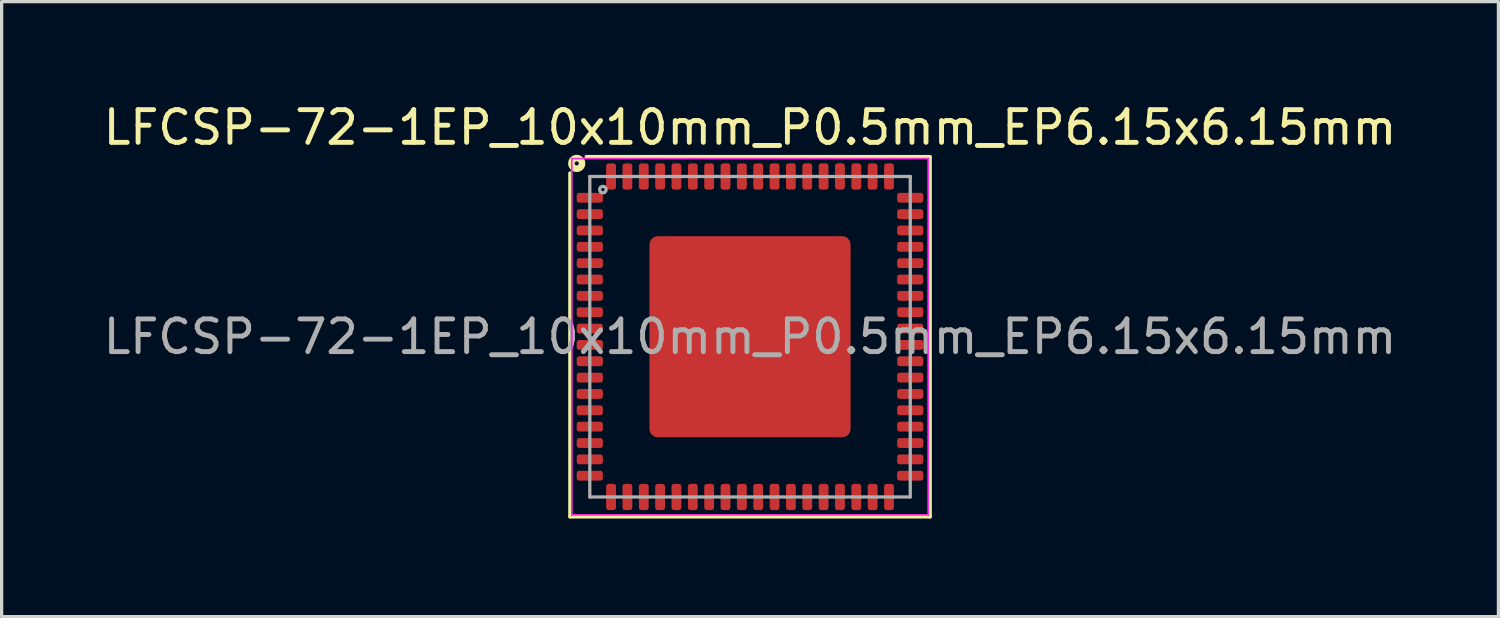
<source format=kicad_pcb>
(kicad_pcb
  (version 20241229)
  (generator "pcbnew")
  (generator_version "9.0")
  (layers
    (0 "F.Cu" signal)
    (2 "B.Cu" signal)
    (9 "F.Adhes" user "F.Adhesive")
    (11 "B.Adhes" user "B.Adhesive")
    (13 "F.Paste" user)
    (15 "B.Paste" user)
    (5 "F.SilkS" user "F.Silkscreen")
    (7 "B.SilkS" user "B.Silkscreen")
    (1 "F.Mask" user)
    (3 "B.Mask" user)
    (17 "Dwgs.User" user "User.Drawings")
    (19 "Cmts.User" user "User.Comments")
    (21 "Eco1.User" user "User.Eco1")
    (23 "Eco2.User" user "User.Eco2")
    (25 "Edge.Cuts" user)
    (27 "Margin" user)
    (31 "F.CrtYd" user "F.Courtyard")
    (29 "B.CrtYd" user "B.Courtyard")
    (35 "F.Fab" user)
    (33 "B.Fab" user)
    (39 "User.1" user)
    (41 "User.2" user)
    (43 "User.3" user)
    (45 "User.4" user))
  (footprint "LFCSP-72-1EP_10x10mm_P0.5mm_EP6.15x6.15mm"
    (layer "F.Cu")
    (at 19.887 7.248)
    (property "Reference" "LFCSP-72-1EP_10x10mm_P0.5mm_EP6.15x6.15mm" (at 0 -6.4 0) (layer "F.SilkS") (effects (font (size 1 1) (thickness 0.15))))
    (attr smd)
    (fp_line (start -5.5 5.5) (end -5.5 -5) (stroke (width 0.12) (type solid)) (layer "F.SilkS"))
    (fp_line (start 5.5 -5.5) (end -5 -5.5) (stroke (width 0.12) (type solid)) (layer "F.SilkS"))
    (fp_line (start 5.5 -5.5) (end 5.5 5.5) (stroke (width 0.12) (type solid)) (layer "F.SilkS"))
    (fp_line (start 5.5 5.5) (end -5.5 5.5) (stroke (width 0.12) (type solid)) (layer "F.SilkS"))
    (fp_circle (center -5.3 -5.3) (end -5.237 -5.3) (stroke (width 0.2) (type solid)) (fill no) (layer "F.SilkS"))
    (fp_line (start -5.45 -5.45) (end 5.45 -5.45) (stroke (width 0.05) (type solid)) (layer "F.CrtYd"))
    (fp_line (start -5.45 5.45) (end -5.45 -5.45) (stroke (width 0.05) (type solid)) (layer "F.CrtYd"))
    (fp_line (start 5.45 -5.45) (end 5.45 5.45) (stroke (width 0.05) (type solid)) (layer "F.CrtYd"))
    (fp_line (start 5.45 5.45) (end -5.45 5.45) (stroke (width 0.05) (type solid)) (layer "F.CrtYd"))
    (fp_line (start -4.9 -4.9) (end 4.9 -4.9) (stroke (width 0.1) (type solid)) (layer "F.Fab"))
    (fp_line (start -4.9 4.9) (end -4.9 -4.9) (stroke (width 0.1) (type solid)) (layer "F.Fab"))
    (fp_line (start 4.9 -4.9) (end 4.9 4.9) (stroke (width 0.1) (type solid)) (layer "F.Fab"))
    (fp_line (start 4.9 4.9) (end -4.9 4.9) (stroke (width 0.1) (type solid)) (layer "F.Fab"))
    (fp_circle (center -4.5 -4.5) (end -4.4 -4.5) (stroke (width 0.1) (type solid)) (fill no) (layer "F.Fab"))
    (fp_text user "${REFERENCE}" (at 0 0 0) (layer "F.Fab") (effects (font (size 1 1) (thickness 0.15))))
    (pad "" smd roundrect (at -1.4 -1.4) (size 2.5 2.5) (layers "F.Paste") (roundrect_rratio 0.1))
    (pad "" smd roundrect (at -1.4 1.4) (size 2.5 2.5) (layers "F.Paste") (roundrect_rratio 0.1))
    (pad "" smd roundrect (at 1.4 -1.4) (size 2.5 2.5) (layers "F.Paste") (roundrect_rratio 0.1))
    (pad "" smd roundrect (at 1.4 1.4) (size 2.5 2.5) (layers "F.Paste") (roundrect_rratio 0.1))
    (pad "1" smd roundrect (at -4.9 -4.25 90) (size 0.3 0.8) (layers "F.Cu" "F.Mask" "F.Paste") (roundrect_rratio 0.25))
    (pad "2" smd roundrect (at -4.9 -3.75 90) (size 0.3 0.8) (layers "F.Cu" "F.Mask" "F.Paste") (roundrect_rratio 0.25))
    (pad "3" smd roundrect (at -4.9 -3.25 90) (size 0.3 0.8) (layers "F.Cu" "F.Mask" "F.Paste") (roundrect_rratio 0.25))
    (pad "4" smd roundrect (at -4.9 -2.75 90) (size 0.3 0.8) (layers "F.Cu" "F.Mask" "F.Paste") (roundrect_rratio 0.25))
    (pad "5" smd roundrect (at -4.9 -2.25 90) (size 0.3 0.8) (layers "F.Cu" "F.Mask" "F.Paste") (roundrect_rratio 0.25))
    (pad "6" smd roundrect (at -4.9 -1.75 90) (size 0.3 0.8) (layers "F.Cu" "F.Mask" "F.Paste") (roundrect_rratio 0.25))
    (pad "7" smd roundrect (at -4.9 -1.25 90) (size 0.3 0.8) (layers "F.Cu" "F.Mask" "F.Paste") (roundrect_rratio 0.25))
    (pad "8" smd roundrect (at -4.9 -0.75 90) (size 0.3 0.8) (layers "F.Cu" "F.Mask" "F.Paste") (roundrect_rratio 0.25))
    (pad "9" smd roundrect (at -4.9 -0.25 90) (size 0.3 0.8) (layers "F.Cu" "F.Mask" "F.Paste") (roundrect_rratio 0.25))
    (pad "10" smd roundrect (at -4.9 0.25 90) (size 0.3 0.8) (layers "F.Cu" "F.Mask" "F.Paste") (roundrect_rratio 0.25))
    (pad "11" smd roundrect (at -4.9 0.75 90) (size 0.3 0.8) (layers "F.Cu" "F.Mask" "F.Paste") (roundrect_rratio 0.25))
    (pad "12" smd roundrect (at -4.9 1.25 90) (size 0.3 0.8) (layers "F.Cu" "F.Mask" "F.Paste") (roundrect_rratio 0.25))
    (pad "13" smd roundrect (at -4.9 1.75 90) (size 0.3 0.8) (layers "F.Cu" "F.Mask" "F.Paste") (roundrect_rratio 0.25))
    (pad "14" smd roundrect (at -4.9 2.25 90) (size 0.3 0.8) (layers "F.Cu" "F.Mask" "F.Paste") (roundrect_rratio 0.25))
    (pad "15" smd roundrect (at -4.9 2.75 90) (size 0.3 0.8) (layers "F.Cu" "F.Mask" "F.Paste") (roundrect_rratio 0.25))
    (pad "16" smd roundrect (at -4.9 3.25 90) (size 0.3 0.8) (layers "F.Cu" "F.Mask" "F.Paste") (roundrect_rratio 0.25))
    (pad "17" smd roundrect (at -4.9 3.75 90) (size 0.3 0.8) (layers "F.Cu" "F.Mask" "F.Paste") (roundrect_rratio 0.25))
    (pad "18" smd roundrect (at -4.9 4.25 90) (size 0.3 0.8) (layers "F.Cu" "F.Mask" "F.Paste") (roundrect_rratio 0.25))
    (pad "19" smd roundrect (at -4.25 4.9) (size 0.3 0.8) (layers "F.Cu" "F.Mask" "F.Paste") (roundrect_rratio 0.25))
    (pad "20" smd roundrect (at -3.75 4.9) (size 0.3 0.8) (layers "F.Cu" "F.Mask" "F.Paste") (roundrect_rratio 0.25))
    (pad "21" smd roundrect (at -3.25 4.9) (size 0.3 0.8) (layers "F.Cu" "F.Mask" "F.Paste") (roundrect_rratio 0.25))
    (pad "22" smd roundrect (at -2.75 4.9) (size 0.3 0.8) (layers "F.Cu" "F.Mask" "F.Paste") (roundrect_rratio 0.25))
    (pad "23" smd roundrect (at -2.25 4.9) (size 0.3 0.8) (layers "F.Cu" "F.Mask" "F.Paste") (roundrect_rratio 0.25))
    (pad "24" smd roundrect (at -1.75 4.9) (size 0.3 0.8) (layers "F.Cu" "F.Mask" "F.Paste") (roundrect_rratio 0.25))
    (pad "25" smd roundrect (at -1.25 4.9) (size 0.3 0.8) (layers "F.Cu" "F.Mask" "F.Paste") (roundrect_rratio 0.25))
    (pad "26" smd roundrect (at -0.75 4.9) (size 0.3 0.8) (layers "F.Cu" "F.Mask" "F.Paste") (roundrect_rratio 0.25))
    (pad "27" smd roundrect (at -0.25 4.9) (size 0.3 0.8) (layers "F.Cu" "F.Mask" "F.Paste") (roundrect_rratio 0.25))
    (pad "28" smd roundrect (at 0.25 4.9) (size 0.3 0.8) (layers "F.Cu" "F.Mask" "F.Paste") (roundrect_rratio 0.25))
    (pad "29" smd roundrect (at 0.75 4.9) (size 0.3 0.8) (layers "F.Cu" "F.Mask" "F.Paste") (roundrect_rratio 0.25))
    (pad "30" smd roundrect (at 1.25 4.9) (size 0.3 0.8) (layers "F.Cu" "F.Mask" "F.Paste") (roundrect_rratio 0.25))
    (pad "31" smd roundrect (at 1.75 4.9) (size 0.3 0.8) (layers "F.Cu" "F.Mask" "F.Paste") (roundrect_rratio 0.25))
    (pad "32" smd roundrect (at 2.25 4.9) (size 0.3 0.8) (layers "F.Cu" "F.Mask" "F.Paste") (roundrect_rratio 0.25))
    (pad "33" smd roundrect (at 2.75 4.9) (size 0.3 0.8) (layers "F.Cu" "F.Mask" "F.Paste") (roundrect_rratio 0.25))
    (pad "34" smd roundrect (at 3.25 4.9) (size 0.3 0.8) (layers "F.Cu" "F.Mask" "F.Paste") (roundrect_rratio 0.25))
    (pad "35" smd roundrect (at 3.75 4.9) (size 0.3 0.8) (layers "F.Cu" "F.Mask" "F.Paste") (roundrect_rratio 0.25))
    (pad "36" smd roundrect (at 4.25 4.9) (size 0.3 0.8) (layers "F.Cu" "F.Mask" "F.Paste") (roundrect_rratio 0.25))
    (pad "37" smd roundrect (at 4.9 4.25 90) (size 0.3 0.8) (layers "F.Cu" "F.Mask" "F.Paste") (roundrect_rratio 0.25))
    (pad "38" smd roundrect (at 4.9 3.75 90) (size 0.3 0.8) (layers "F.Cu" "F.Mask" "F.Paste") (roundrect_rratio 0.25))
    (pad "39" smd roundrect (at 4.9 3.25 90) (size 0.3 0.8) (layers "F.Cu" "F.Mask" "F.Paste") (roundrect_rratio 0.25))
    (pad "40" smd roundrect (at 4.9 2.75 90) (size 0.3 0.8) (layers "F.Cu" "F.Mask" "F.Paste") (roundrect_rratio 0.25))
    (pad "41" smd roundrect (at 4.9 2.25 90) (size 0.3 0.8) (layers "F.Cu" "F.Mask" "F.Paste") (roundrect_rratio 0.25))
    (pad "42" smd roundrect (at 4.9 1.75 90) (size 0.3 0.8) (layers "F.Cu" "F.Mask" "F.Paste") (roundrect_rratio 0.25))
    (pad "43" smd roundrect (at 4.9 1.25 90) (size 0.3 0.8) (layers "F.Cu" "F.Mask" "F.Paste") (roundrect_rratio 0.25))
    (pad "44" smd roundrect (at 4.9 0.75 90) (size 0.3 0.8) (layers "F.Cu" "F.Mask" "F.Paste") (roundrect_rratio 0.25))
    (pad "45" smd roundrect (at 4.9 0.25 90) (size 0.3 0.8) (layers "F.Cu" "F.Mask" "F.Paste") (roundrect_rratio 0.25))
    (pad "46" smd roundrect (at 4.9 -0.25 90) (size 0.3 0.8) (layers "F.Cu" "F.Mask" "F.Paste") (roundrect_rratio 0.25))
    (pad "47" smd roundrect (at 4.9 -0.75 90) (size 0.3 0.8) (layers "F.Cu" "F.Mask" "F.Paste") (roundrect_rratio 0.25))
    (pad "48" smd roundrect (at 4.9 -1.25 90) (size 0.3 0.8) (layers "F.Cu" "F.Mask" "F.Paste") (roundrect_rratio 0.25))
    (pad "49" smd roundrect (at 4.9 -1.75 90) (size 0.3 0.8) (layers "F.Cu" "F.Mask" "F.Paste") (roundrect_rratio 0.25))
    (pad "50" smd roundrect (at 4.9 -2.25 90) (size 0.3 0.8) (layers "F.Cu" "F.Mask" "F.Paste") (roundrect_rratio 0.25))
    (pad "51" smd roundrect (at 4.9 -2.75 90) (size 0.3 0.8) (layers "F.Cu" "F.Mask" "F.Paste") (roundrect_rratio 0.25))
    (pad "52" smd roundrect (at 4.9 -3.25 90) (size 0.3 0.8) (layers "F.Cu" "F.Mask" "F.Paste") (roundrect_rratio 0.25))
    (pad "53" smd roundrect (at 4.9 -3.75 90) (size 0.3 0.8) (layers "F.Cu" "F.Mask" "F.Paste") (roundrect_rratio 0.25))
    (pad "54" smd roundrect (at 4.9 -4.25 90) (size 0.3 0.8) (layers "F.Cu" "F.Mask" "F.Paste") (roundrect_rratio 0.25))
    (pad "55" smd roundrect (at 4.25 -4.9) (size 0.3 0.8) (layers "F.Cu" "F.Mask" "F.Paste") (roundrect_rratio 0.25))
    (pad "56" smd roundrect (at 3.75 -4.9) (size 0.3 0.8) (layers "F.Cu" "F.Mask" "F.Paste") (roundrect_rratio 0.25))
    (pad "57" smd roundrect (at 3.25 -4.9) (size 0.3 0.8) (layers "F.Cu" "F.Mask" "F.Paste") (roundrect_rratio 0.25))
    (pad "58" smd roundrect (at 2.75 -4.9) (size 0.3 0.8) (layers "F.Cu" "F.Mask" "F.Paste") (roundrect_rratio 0.25))
    (pad "59" smd roundrect (at 2.25 -4.9) (size 0.3 0.8) (layers "F.Cu" "F.Mask" "F.Paste") (roundrect_rratio 0.25))
    (pad "60" smd roundrect (at 1.75 -4.9) (size 0.3 0.8) (layers "F.Cu" "F.Mask" "F.Paste") (roundrect_rratio 0.25))
    (pad "61" smd roundrect (at 1.25 -4.9) (size 0.3 0.8) (layers "F.Cu" "F.Mask" "F.Paste") (roundrect_rratio 0.25))
    (pad "62" smd roundrect (at 0.75 -4.9) (size 0.3 0.8) (layers "F.Cu" "F.Mask" "F.Paste") (roundrect_rratio 0.25))
    (pad "63" smd roundrect (at 0.25 -4.9) (size 0.3 0.8) (layers "F.Cu" "F.Mask" "F.Paste") (roundrect_rratio 0.25))
    (pad "64" smd roundrect (at -0.25 -4.9) (size 0.3 0.8) (layers "F.Cu" "F.Mask" "F.Paste") (roundrect_rratio 0.25))
    (pad "65" smd roundrect (at -0.75 -4.9) (size 0.3 0.8) (layers "F.Cu" "F.Mask" "F.Paste") (roundrect_rratio 0.25))
    (pad "66" smd roundrect (at -1.25 -4.9) (size 0.3 0.8) (layers "F.Cu" "F.Mask" "F.Paste") (roundrect_rratio 0.25))
    (pad "67" smd roundrect (at -1.75 -4.9) (size 0.3 0.8) (layers "F.Cu" "F.Mask" "F.Paste") (roundrect_rratio 0.25))
    (pad "68" smd roundrect (at -2.25 -4.9) (size 0.3 0.8) (layers "F.Cu" "F.Mask" "F.Paste") (roundrect_rratio 0.25))
    (pad "69" smd roundrect (at -2.75 -4.9) (size 0.3 0.8) (layers "F.Cu" "F.Mask" "F.Paste") (roundrect_rratio 0.25))
    (pad "70" smd roundrect (at -3.25 -4.9) (size 0.3 0.8) (layers "F.Cu" "F.Mask" "F.Paste") (roundrect_rratio 0.25))
    (pad "71" smd roundrect (at -3.75 -4.9) (size 0.3 0.8) (layers "F.Cu" "F.Mask" "F.Paste") (roundrect_rratio 0.25))
    (pad "72" smd roundrect (at -4.25 -4.9) (size 0.3 0.8) (layers "F.Cu" "F.Mask" "F.Paste") (roundrect_rratio 0.25))
    (pad "73" smd roundrect (at 0 0) (size 6.15 6.15) (layers "F.Cu" "F.Mask") (roundrect_rratio 0.041)))
  (gr_rect
    (start -3 -3)
    (end 42.774 15.808)
    (stroke (width 0.1) (type default))
    (fill no)
    (layer "Edge.Cuts")))
</source>
